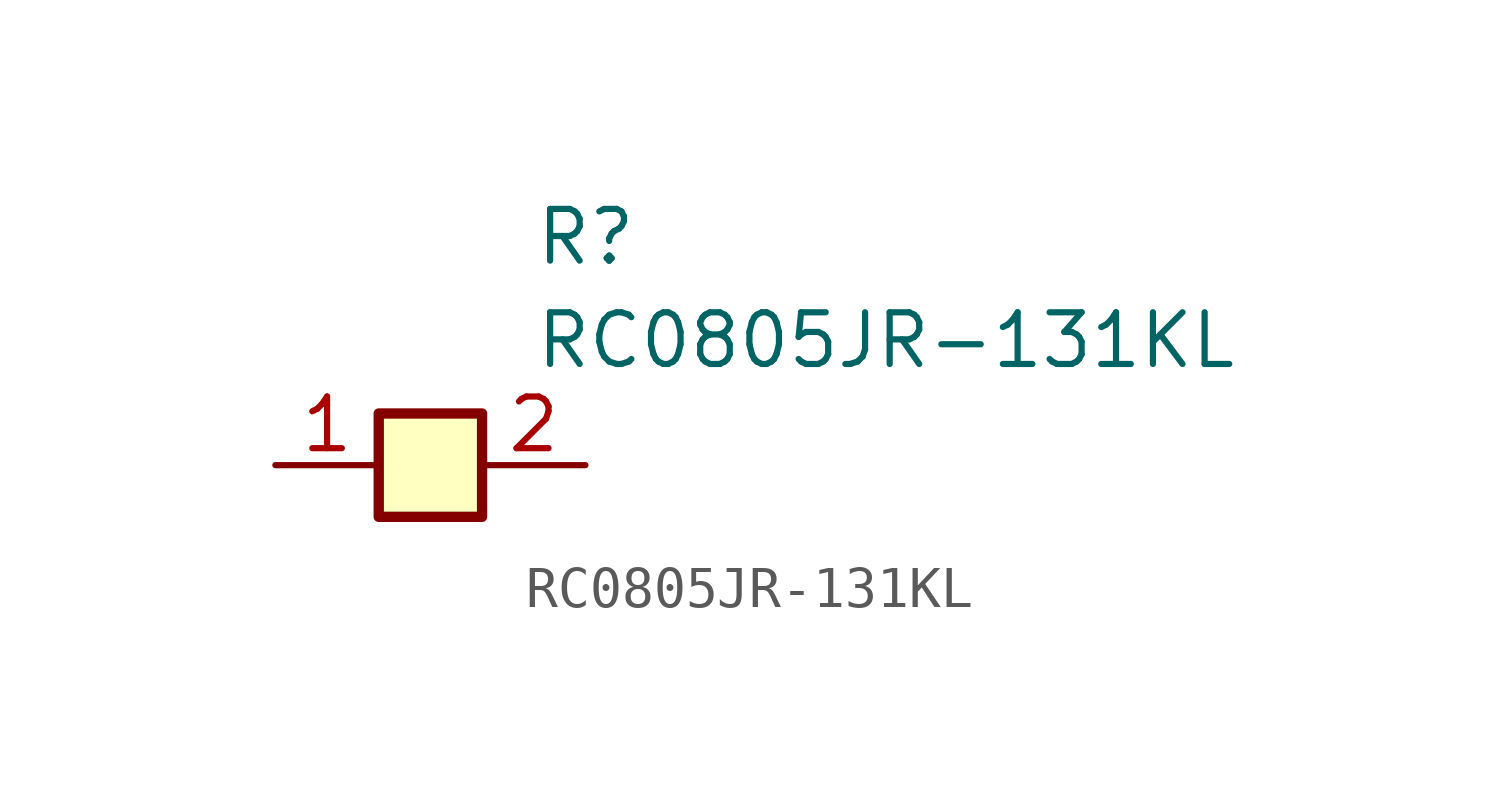
<source format=kicad_sym>
(kicad_symbol_lib
  (version 20231120)
  (generator "kicad_symbol_editor")
  (generator_version "8.0")
  (symbol "RC0805JR-131KL"
    (pin_names hide)
    (property "Reference" "R"
      (at 13.97 6.35 0)
      (effects (font (size 1.27 1.27)) (justify left top)))
    (property "Value" "RC0805JR-131KL"
      (at 13.97 3.81 0)
      (effects (font (size 1.27 1.27)) (justify left top)))
    (symbol "RC0805JR-131KL_1_1"
      (rectangle (start 10.16 1.27) (end 12.7 -1.27) (stroke (width 0.254) (type default)) (fill (type background)))
      (pin passive line (at 7.62 0 0) (length 2.54) (name "1" (effects (font (size 1.27 1.27)))) (number "1" (effects (font (size 1.27 1.27)))))
      (pin passive line (at 15.24 0 180) (length 2.54) (name "2" (effects (font (size 1.27 1.27)))) (number "2" (effects (font (size 1.27 1.27))))))))
</source>
